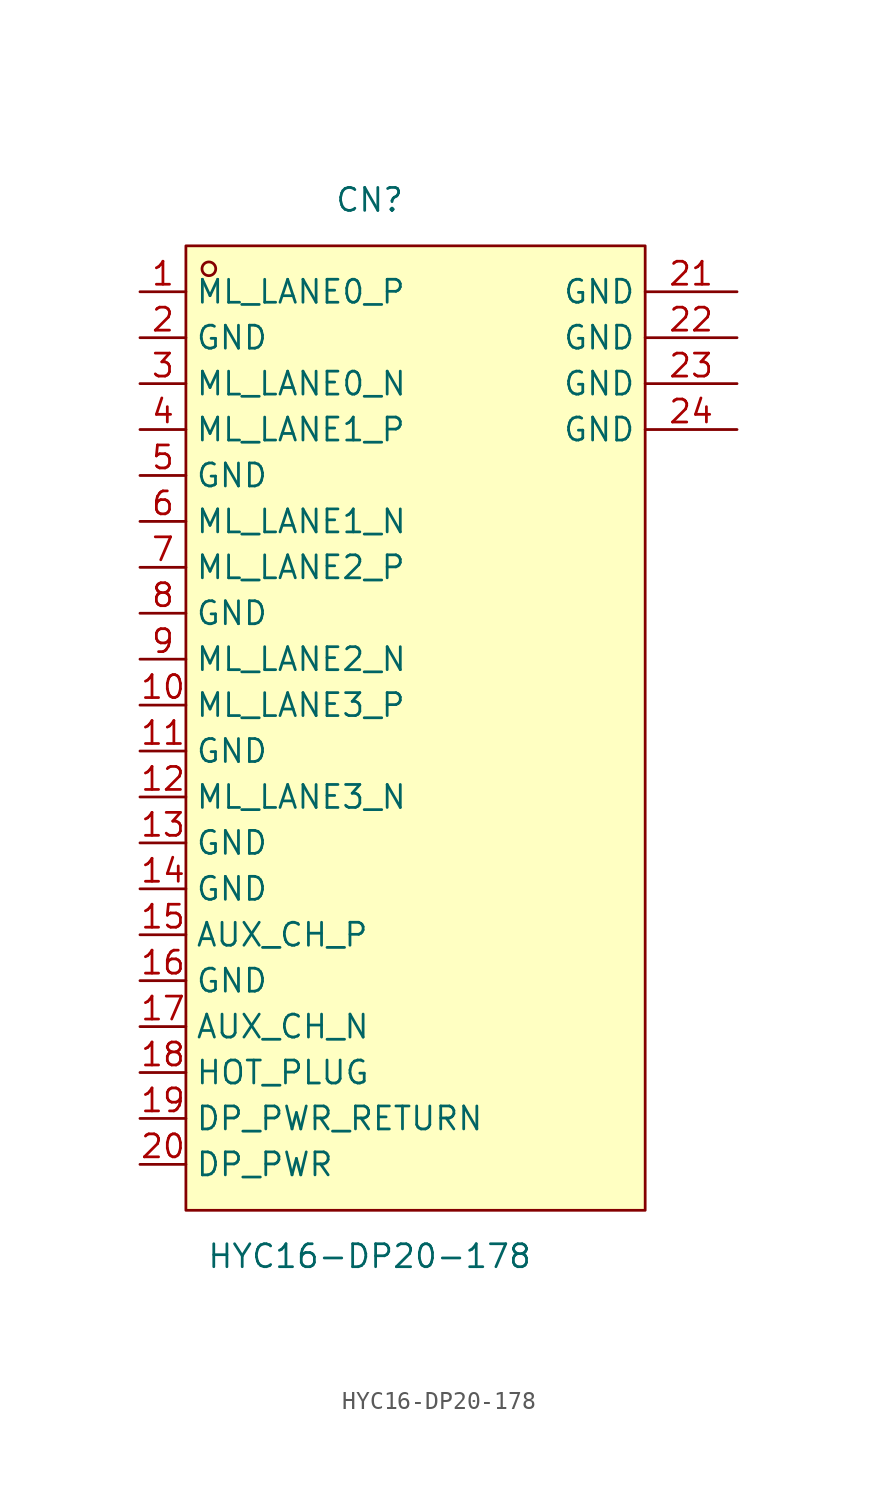
<source format=kicad_sym>
(kicad_symbol_lib
  (version 20211014)
  (generator https://github.com/uPesy/easyeda2kicad.py)
  (symbol "HYC16-DP20-178"
    (property "Reference" "CN"
      (at 0 30.48 0)
      (effects (font (size 1.27 1.27))))
    (property "Value" "HYC16-DP20-178"
      (at 0 -27.94 0)
      (effects (font (size 1.27 1.27))))
    (symbol "HYC16-DP20-178_0_1"
      (rectangle (start -10.16 27.94) (end 15.24 -25.40) (stroke (width 0) (type default) (color 0 0 0 0)) (fill (type background)))
      (circle (center -8.89 26.67) (radius 0.38) (stroke (width 0) (type default) (color 0 0 0 0)) (fill (type none)))
      (pin unspecified line (at 20.32 17.78 180) (length 5.08) (name "GND" (effects (font (size 1.27 1.27)))) (number "24" (effects (font (size 1.27 1.27)))))
      (pin unspecified line (at 20.32 20.32 180) (length 5.08) (name "GND" (effects (font (size 1.27 1.27)))) (number "23" (effects (font (size 1.27 1.27)))))
      (pin unspecified line (at 20.32 22.86 180) (length 5.08) (name "GND" (effects (font (size 1.27 1.27)))) (number "22" (effects (font (size 1.27 1.27)))))
      (pin unspecified line (at 20.32 25.40 180) (length 5.08) (name "GND" (effects (font (size 1.27 1.27)))) (number "21" (effects (font (size 1.27 1.27)))))
      (pin unspecified line (at -12.70 -22.86 0) (length 2.54) (name "DP_PWR" (effects (font (size 1.27 1.27)))) (number "20" (effects (font (size 1.27 1.27)))))
      (pin unspecified line (at -12.70 -20.32 0) (length 2.54) (name "DP_PWR_RETURN" (effects (font (size 1.27 1.27)))) (number "19" (effects (font (size 1.27 1.27)))))
      (pin unspecified line (at -12.70 -17.78 0) (length 2.54) (name "HOT_PLUG" (effects (font (size 1.27 1.27)))) (number "18" (effects (font (size 1.27 1.27)))))
      (pin unspecified line (at -12.70 -15.24 0) (length 2.54) (name "AUX_CH_N" (effects (font (size 1.27 1.27)))) (number "17" (effects (font (size 1.27 1.27)))))
      (pin unspecified line (at -12.70 -12.70 0) (length 2.54) (name "GND" (effects (font (size 1.27 1.27)))) (number "16" (effects (font (size 1.27 1.27)))))
      (pin unspecified line (at -12.70 -10.16 0) (length 2.54) (name "AUX_CH_P" (effects (font (size 1.27 1.27)))) (number "15" (effects (font (size 1.27 1.27)))))
      (pin unspecified line (at -12.70 -7.62 0) (length 2.54) (name "GND" (effects (font (size 1.27 1.27)))) (number "14" (effects (font (size 1.27 1.27)))))
      (pin unspecified line (at -12.70 -5.08 0) (length 2.54) (name "GND" (effects (font (size 1.27 1.27)))) (number "13" (effects (font (size 1.27 1.27)))))
      (pin unspecified line (at -12.70 -2.54 0) (length 2.54) (name "ML_LANE3_N" (effects (font (size 1.27 1.27)))) (number "12" (effects (font (size 1.27 1.27)))))
      (pin unspecified line (at -12.70 -0.00 0) (length 2.54) (name "GND" (effects (font (size 1.27 1.27)))) (number "11" (effects (font (size 1.27 1.27)))))
      (pin unspecified line (at -12.70 2.54 0) (length 2.54) (name "ML_LANE3_P" (effects (font (size 1.27 1.27)))) (number "10" (effects (font (size 1.27 1.27)))))
      (pin unspecified line (at -12.70 5.08 0) (length 2.54) (name "ML_LANE2_N" (effects (font (size 1.27 1.27)))) (number "9" (effects (font (size 1.27 1.27)))))
      (pin unspecified line (at -12.70 7.62 0) (length 2.54) (name "GND" (effects (font (size 1.27 1.27)))) (number "8" (effects (font (size 1.27 1.27)))))
      (pin unspecified line (at -12.70 10.16 0) (length 2.54) (name "ML_LANE2_P" (effects (font (size 1.27 1.27)))) (number "7" (effects (font (size 1.27 1.27)))))
      (pin unspecified line (at -12.70 12.70 0) (length 2.54) (name "ML_LANE1_N" (effects (font (size 1.27 1.27)))) (number "6" (effects (font (size 1.27 1.27)))))
      (pin unspecified line (at -12.70 15.24 0) (length 2.54) (name "GND" (effects (font (size 1.27 1.27)))) (number "5" (effects (font (size 1.27 1.27)))))
      (pin unspecified line (at -12.70 17.78 0) (length 2.54) (name "ML_LANE1_P" (effects (font (size 1.27 1.27)))) (number "4" (effects (font (size 1.27 1.27)))))
      (pin unspecified line (at -12.70 20.32 0) (length 2.54) (name "ML_LANE0_N" (effects (font (size 1.27 1.27)))) (number "3" (effects (font (size 1.27 1.27)))))
      (pin unspecified line (at -12.70 22.86 0) (length 2.54) (name "GND" (effects (font (size 1.27 1.27)))) (number "2" (effects (font (size 1.27 1.27)))))
      (pin unspecified line (at -12.70 25.40 0) (length 2.54) (name "ML_LANE0_P" (effects (font (size 1.27 1.27)))) (number "1" (effects (font (size 1.27 1.27))))))))
</source>
